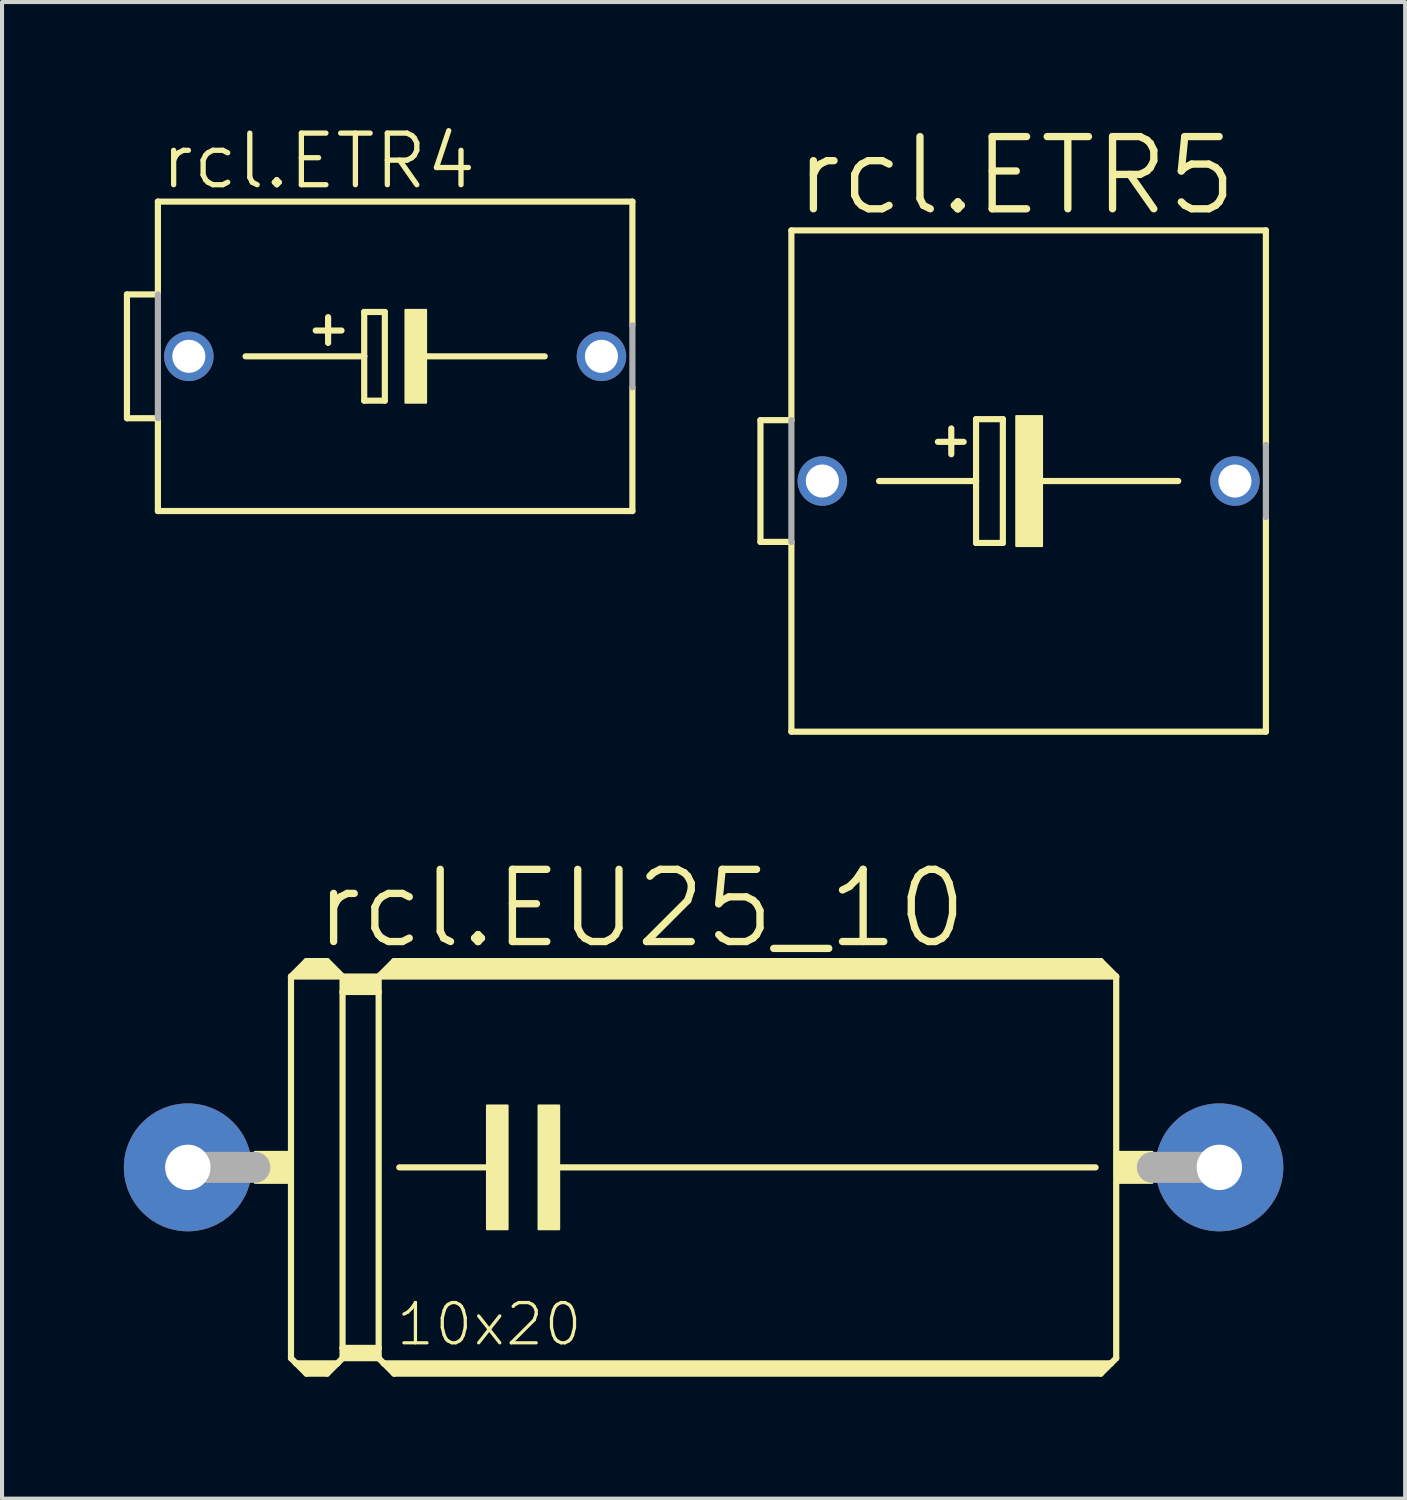
<source format=kicad_pcb>
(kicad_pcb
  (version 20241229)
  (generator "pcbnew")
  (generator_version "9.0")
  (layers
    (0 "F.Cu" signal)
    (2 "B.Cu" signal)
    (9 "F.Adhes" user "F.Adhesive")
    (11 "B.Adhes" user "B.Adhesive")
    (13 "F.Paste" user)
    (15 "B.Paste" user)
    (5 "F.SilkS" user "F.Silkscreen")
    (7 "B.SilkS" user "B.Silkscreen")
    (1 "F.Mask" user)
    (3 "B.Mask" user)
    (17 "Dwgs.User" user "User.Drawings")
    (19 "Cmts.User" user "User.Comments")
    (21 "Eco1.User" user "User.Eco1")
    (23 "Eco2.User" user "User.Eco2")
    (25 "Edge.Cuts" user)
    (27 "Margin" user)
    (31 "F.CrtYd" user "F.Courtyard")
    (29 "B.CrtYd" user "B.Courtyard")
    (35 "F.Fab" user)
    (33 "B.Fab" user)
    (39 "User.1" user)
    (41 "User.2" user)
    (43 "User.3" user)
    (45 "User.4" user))
  (footprint "rcl.ETR5"
    (layer "F.Cu")
    (at 22.279 8.795)
    (property "Reference" "rcl.ETR5" (at -5.842 -6.477 0) (layer "F.SilkS") (effects (font (size 1.778 1.778) (thickness 0.18)) (justify left bottom)))
    (attr through_hole)
    (fp_line (start -6.604 -1.499) (end -6.604 1.499) (stroke (width 0.152) (type default)) (layer "F.SilkS"))
    (fp_line (start -6.604 1.499) (end -5.842 1.499) (stroke (width 0.152) (type default)) (layer "F.SilkS"))
    (fp_line (start -5.842 -1.499) (end -6.604 -1.499) (stroke (width 0.152) (type default)) (layer "F.SilkS"))
    (fp_line (start -5.842 -1.499) (end -5.842 -6.172) (stroke (width 0.152) (type default)) (layer "F.SilkS"))
    (fp_line (start -5.842 6.172) (end -5.842 1.499) (stroke (width 0.152) (type default)) (layer "F.SilkS"))
    (fp_line (start -5.842 6.172) (end 5.842 6.172) (stroke (width 0.152) (type default)) (layer "F.SilkS"))
    (fp_line (start -3.683 0) (end -1.295 0) (stroke (width 0.152) (type default)) (layer "F.SilkS"))
    (fp_line (start -1.905 -1.295) (end -1.905 -0.66) (stroke (width 0.152) (type default)) (layer "F.SilkS"))
    (fp_line (start -1.6 -0.965) (end -2.235 -0.965) (stroke (width 0.152) (type default)) (layer "F.SilkS"))
    (fp_line (start -1.295 -1.524) (end -0.635 -1.524) (stroke (width 0.152) (type default)) (layer "F.SilkS"))
    (fp_line (start -1.295 0) (end -1.295 -1.524) (stroke (width 0.152) (type default)) (layer "F.SilkS"))
    (fp_line (start -1.295 1.524) (end -1.295 0) (stroke (width 0.152) (type default)) (layer "F.SilkS"))
    (fp_line (start -0.635 -1.524) (end -0.635 1.524) (stroke (width 0.152) (type default)) (layer "F.SilkS"))
    (fp_line (start -0.635 1.524) (end -1.295 1.524) (stroke (width 0.152) (type default)) (layer "F.SilkS"))
    (fp_line (start 0 0) (end 3.683 0) (stroke (width 0.152) (type default)) (layer "F.SilkS"))
    (fp_line (start 5.842 -6.172) (end -5.842 -6.172) (stroke (width 0.152) (type default)) (layer "F.SilkS"))
    (fp_line (start 5.842 -0.889) (end 5.842 -6.172) (stroke (width 0.152) (type default)) (layer "F.SilkS"))
    (fp_line (start 5.842 6.172) (end 5.842 0.889) (stroke (width 0.152) (type default)) (layer "F.SilkS"))
    (fp_rect (start -0.305 1.6) (end 0.33 -1.6) (stroke (width 0.05) (type default)) (fill yes) (layer "F.SilkS"))
    (fp_line (start -5.842 1.499) (end -5.842 -1.499) (stroke (width 0.152) (type default)) (layer "F.Fab"))
    (fp_line (start 5.842 -0.889) (end 5.842 0.889) (stroke (width 0.152) (type default)) (layer "F.Fab"))
    (pad "+" thru_hole circle (at -5.08 0) (size 1.219 1.219) (drill 0.813) (layers "*.Cu" "*.Mask"))
    (pad "-" thru_hole circle (at 5.08 0) (size 1.219 1.219) (drill 0.813) (layers "*.Cu" "*.Mask")))
  (footprint "rcl.EU25_10"
    (layer "F.Cu")
    (at 14.275 25.695)
    (property "Reference" "rcl.EU25_10" (at -9.652 -5.334 0) (layer "F.SilkS") (effects (font (size 1.778 1.778) (thickness 0.18)) (justify left bottom)))
    (attr through_hole)
    (fp_line (start -10.16 -4.699) (end -10.16 4.699) (stroke (width 0.152) (type default)) (layer "F.SilkS"))
    (fp_line (start -10.16 -4.699) (end -9.779 -5.08) (stroke (width 0.152) (type default)) (layer "F.SilkS"))
    (fp_line (start -10.16 -4.699) (end -8.89 -4.699) (stroke (width 0.152) (type default)) (layer "F.SilkS"))
    (fp_line (start -10.16 4.699) (end -10.033 4.826) (stroke (width 0.152) (type default)) (layer "F.SilkS"))
    (fp_line (start -10.033 4.826) (end -9.779 5.08) (stroke (width 0.152) (type default)) (layer "F.SilkS"))
    (fp_line (start -10.033 4.826) (end -9.017 4.826) (stroke (width 0.152) (type default)) (layer "F.SilkS"))
    (fp_line (start -9.906 -4.826) (end -9.144 -4.826) (stroke (width 0.305) (type default)) (layer "F.SilkS"))
    (fp_line (start -9.779 -5.08) (end -9.271 -5.08) (stroke (width 0.152) (type default)) (layer "F.SilkS"))
    (fp_line (start -9.779 -4.953) (end -9.271 -4.953) (stroke (width 0.305) (type default)) (layer "F.SilkS"))
    (fp_line (start -9.779 4.953) (end -9.271 4.953) (stroke (width 0.254) (type default)) (layer "F.SilkS"))
    (fp_line (start -9.779 5.08) (end -9.271 5.08) (stroke (width 0.152) (type default)) (layer "F.SilkS"))
    (fp_line (start -9.017 4.826) (end -9.271 5.08) (stroke (width 0.152) (type default)) (layer "F.SilkS"))
    (fp_line (start -8.89 -4.699) (end -9.271 -5.08) (stroke (width 0.152) (type default)) (layer "F.SilkS"))
    (fp_line (start -8.89 -4.699) (end -8.89 -4.318) (stroke (width 0.152) (type default)) (layer "F.SilkS"))
    (fp_line (start -8.89 -4.699) (end -8.001 -4.699) (stroke (width 0.152) (type default)) (layer "F.SilkS"))
    (fp_line (start -8.89 -4.318) (end -8.001 -4.318) (stroke (width 0.152) (type default)) (layer "F.SilkS"))
    (fp_line (start -8.89 4.445) (end -8.89 -4.318) (stroke (width 0.152) (type default)) (layer "F.SilkS"))
    (fp_line (start -8.89 4.445) (end -8.001 4.445) (stroke (width 0.152) (type default)) (layer "F.SilkS"))
    (fp_line (start -8.89 4.699) (end -9.017 4.826) (stroke (width 0.152) (type default)) (layer "F.SilkS"))
    (fp_line (start -8.89 4.699) (end -8.89 4.445) (stroke (width 0.152) (type default)) (layer "F.SilkS"))
    (fp_line (start -8.89 4.699) (end -8.001 4.699) (stroke (width 0.152) (type default)) (layer "F.SilkS"))
    (fp_line (start -8.763 -4.572) (end -8.128 -4.572) (stroke (width 0.305) (type default)) (layer "F.SilkS"))
    (fp_line (start -8.763 -4.445) (end -8.128 -4.445) (stroke (width 0.305) (type default)) (layer "F.SilkS"))
    (fp_line (start -8.763 4.572) (end -8.128 4.572) (stroke (width 0.254) (type default)) (layer "F.SilkS"))
    (fp_line (start -8.001 -4.699) (end -8.001 -4.318) (stroke (width 0.152) (type default)) (layer "F.SilkS"))
    (fp_line (start -8.001 -4.699) (end 10.16 -4.699) (stroke (width 0.152) (type default)) (layer "F.SilkS"))
    (fp_line (start -8.001 -4.318) (end -8.001 4.445) (stroke (width 0.152) (type default)) (layer "F.SilkS"))
    (fp_line (start -8.001 4.445) (end -8.001 4.699) (stroke (width 0.152) (type default)) (layer "F.SilkS"))
    (fp_line (start -7.874 4.826) (end -8.001 4.699) (stroke (width 0.152) (type default)) (layer "F.SilkS"))
    (fp_line (start -7.874 4.826) (end 10.033 4.826) (stroke (width 0.152) (type default)) (layer "F.SilkS"))
    (fp_line (start -7.747 -4.826) (end 9.906 -4.826) (stroke (width 0.305) (type default)) (layer "F.SilkS"))
    (fp_line (start -7.62 -5.08) (end -8.001 -4.699) (stroke (width 0.152) (type default)) (layer "F.SilkS"))
    (fp_line (start -7.62 -5.08) (end 9.779 -5.08) (stroke (width 0.152) (type default)) (layer "F.SilkS"))
    (fp_line (start -7.62 -4.953) (end 9.779 -4.953) (stroke (width 0.305) (type default)) (layer "F.SilkS"))
    (fp_line (start -7.62 4.953) (end 9.779 4.953) (stroke (width 0.254) (type default)) (layer "F.SilkS"))
    (fp_line (start -7.62 5.08) (end -7.874 4.826) (stroke (width 0.152) (type default)) (layer "F.SilkS"))
    (fp_line (start -7.62 5.08) (end 9.779 5.08) (stroke (width 0.152) (type default)) (layer "F.SilkS"))
    (fp_line (start -7.493 0) (end -5.08 0) (stroke (width 0.152) (type default)) (layer "F.SilkS"))
    (fp_line (start -3.683 0) (end 9.652 0) (stroke (width 0.152) (type default)) (layer "F.SilkS"))
    (fp_line (start 9.779 -5.08) (end 10.16 -4.699) (stroke (width 0.152) (type default)) (layer "F.SilkS"))
    (fp_line (start 9.779 5.08) (end 10.033 4.826) (stroke (width 0.152) (type default)) (layer "F.SilkS"))
    (fp_line (start 10.033 4.826) (end 10.16 4.699) (stroke (width 0.152) (type default)) (layer "F.SilkS"))
    (fp_line (start 10.16 -4.699) (end 10.16 4.699) (stroke (width 0.152) (type default)) (layer "F.SilkS"))
    (fp_rect (start -11.049 0.381) (end -10.16 -0.381) (stroke (width 0.05) (type default)) (fill yes) (layer "F.SilkS"))
    (fp_rect (start -5.334 1.524) (end -4.826 -1.524) (stroke (width 0.05) (type default)) (fill yes) (layer "F.SilkS"))
    (fp_rect (start -4.064 1.524) (end -3.556 -1.524) (stroke (width 0.05) (type default)) (fill yes) (layer "F.SilkS"))
    (fp_rect (start 10.16 0.381) (end 11.049 -0.381) (stroke (width 0.05) (type default)) (fill yes) (layer "F.SilkS"))
    (fp_line (start -12.7 0) (end -11.049 0) (stroke (width 0.762) (type default)) (layer "F.Fab"))
    (fp_line (start 12.7 0) (end 11.049 0) (stroke (width 0.762) (type default)) (layer "F.Fab"))
    (fp_text user "10x20" (at -7.62 4.445 0) (layer "F.SilkS") (effects (font (size 0.991 0.991) (thickness 0.08)) (justify left bottom)))
    (pad "1" thru_hole circle (at -12.7 0) (size 3.15 3.15) (drill 1.118) (layers "*.Cu" "*.Mask"))
    (pad "2" thru_hole circle (at 12.7 0) (size 3.15 3.15) (drill 1.118) (layers "*.Cu" "*.Mask")))
  (footprint "rcl.ETR4"
    (layer "F.Cu")
    (at 6.68 5.724)
    (property "Reference" "rcl.ETR4" (at -5.842 -4.064 0) (layer "F.SilkS") (effects (font (size 1.27 1.27) (thickness 0.13)) (justify left bottom)))
    (attr through_hole)
    (fp_line (start -6.604 -1.524) (end -6.604 1.524) (stroke (width 0.152) (type default)) (layer "F.SilkS"))
    (fp_line (start -6.604 1.524) (end -5.842 1.524) (stroke (width 0.152) (type default)) (layer "F.SilkS"))
    (fp_line (start -5.842 -1.524) (end -6.604 -1.524) (stroke (width 0.152) (type default)) (layer "F.SilkS"))
    (fp_line (start -5.842 -1.524) (end -5.842 -3.81) (stroke (width 0.152) (type default)) (layer "F.SilkS"))
    (fp_line (start -5.842 3.81) (end -5.842 1.524) (stroke (width 0.152) (type default)) (layer "F.SilkS"))
    (fp_line (start -5.842 3.81) (end 5.842 3.81) (stroke (width 0.152) (type default)) (layer "F.SilkS"))
    (fp_line (start -3.683 0) (end -0.762 0) (stroke (width 0.152) (type default)) (layer "F.SilkS"))
    (fp_line (start -1.651 -0.965) (end -1.651 -0.33) (stroke (width 0.152) (type default)) (layer "F.SilkS"))
    (fp_line (start -1.321 -0.635) (end -1.956 -0.635) (stroke (width 0.152) (type default)) (layer "F.SilkS"))
    (fp_line (start -0.762 -1.092) (end -0.762 0) (stroke (width 0.152) (type default)) (layer "F.SilkS"))
    (fp_line (start -0.762 0) (end -0.762 1.092) (stroke (width 0.152) (type default)) (layer "F.SilkS"))
    (fp_line (start -0.762 1.092) (end -0.254 1.092) (stroke (width 0.152) (type default)) (layer "F.SilkS"))
    (fp_line (start -0.254 -1.092) (end -0.762 -1.092) (stroke (width 0.152) (type default)) (layer "F.SilkS"))
    (fp_line (start -0.254 1.092) (end -0.254 -1.092) (stroke (width 0.152) (type default)) (layer "F.SilkS"))
    (fp_line (start 3.683 0) (end 0.508 0) (stroke (width 0.152) (type default)) (layer "F.SilkS"))
    (fp_line (start 5.842 -3.81) (end -5.842 -3.81) (stroke (width 0.152) (type default)) (layer "F.SilkS"))
    (fp_line (start 5.842 -0.762) (end 5.842 -3.81) (stroke (width 0.152) (type default)) (layer "F.SilkS"))
    (fp_line (start 5.842 3.81) (end 5.842 0.762) (stroke (width 0.152) (type default)) (layer "F.SilkS"))
    (fp_rect (start 0.254 1.143) (end 0.762 -1.143) (stroke (width 0.05) (type default)) (fill yes) (layer "F.SilkS"))
    (fp_line (start -5.842 1.524) (end -5.842 -1.524) (stroke (width 0.152) (type default)) (layer "F.Fab"))
    (fp_line (start 5.842 -0.762) (end 5.842 0.762) (stroke (width 0.152) (type default)) (layer "F.Fab"))
    (pad "+" thru_hole circle (at -5.08 0) (size 1.219 1.219) (drill 0.813) (layers "*.Cu" "*.Mask"))
    (pad "-" thru_hole circle (at 5.08 0) (size 1.219 1.219) (drill 0.813) (layers "*.Cu" "*.Mask")))
  (gr_rect
    (start -3 -3)
    (end 31.55 33.852)
    (stroke (width 0.1) (type default))
    (fill no)
    (layer "Edge.Cuts")))
</source>
